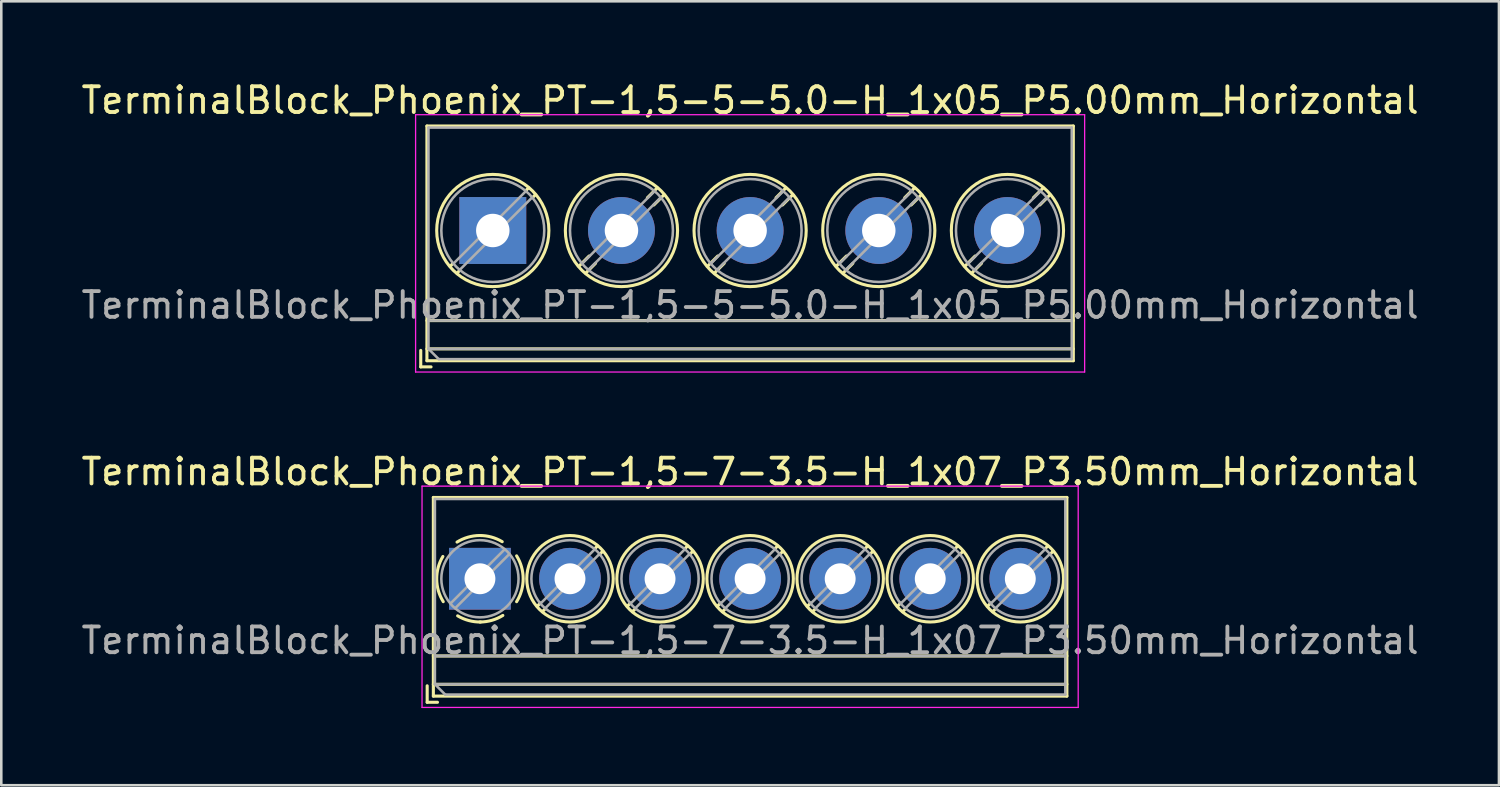
<source format=kicad_pcb>
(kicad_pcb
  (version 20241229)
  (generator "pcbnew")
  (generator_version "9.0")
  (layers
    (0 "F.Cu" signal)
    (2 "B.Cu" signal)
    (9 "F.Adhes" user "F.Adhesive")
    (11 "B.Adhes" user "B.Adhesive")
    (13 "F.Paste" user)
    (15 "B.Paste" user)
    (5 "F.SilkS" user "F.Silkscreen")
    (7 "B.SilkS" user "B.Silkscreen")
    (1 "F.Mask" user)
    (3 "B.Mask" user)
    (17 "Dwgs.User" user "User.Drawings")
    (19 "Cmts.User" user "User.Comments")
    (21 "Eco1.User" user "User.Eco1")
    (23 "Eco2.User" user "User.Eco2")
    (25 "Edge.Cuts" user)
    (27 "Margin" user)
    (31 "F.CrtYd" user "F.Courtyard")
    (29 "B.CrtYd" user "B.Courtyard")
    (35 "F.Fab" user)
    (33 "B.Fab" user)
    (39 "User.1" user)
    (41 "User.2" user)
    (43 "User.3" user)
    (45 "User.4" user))
  (footprint "TerminalBlock_Phoenix_PT-1,5-7-3.5-H_1x07_P3.50mm_Horizontal"
    (layer "F.Cu")
    (at 15.601 19.442)
    (property "Reference" "TerminalBlock_Phoenix_PT-1,5-7-3.5-H_1x07_P3.50mm_Horizontal" (at 10.5 -4.16 0) (layer "F.SilkS") (effects (font (size 1 1) (thickness 0.15))))
    (attr through_hole)
    (fp_line (start -2.05 4.16) (end -2.05 4.8) (stroke (width 0.12) (type solid)) (layer "F.SilkS"))
    (fp_line (start -2.05 4.8) (end -1.65 4.8) (stroke (width 0.12) (type solid)) (layer "F.SilkS"))
    (fp_line (start -1.81 -3.16) (end -1.81 4.56) (stroke (width 0.12) (type solid)) (layer "F.SilkS"))
    (fp_line (start -1.81 -3.16) (end 22.81 -3.16) (stroke (width 0.12) (type solid)) (layer "F.SilkS"))
    (fp_line (start -1.81 3) (end 22.81 3) (stroke (width 0.12) (type solid)) (layer "F.SilkS"))
    (fp_line (start -1.81 4.1) (end 22.81 4.1) (stroke (width 0.12) (type solid)) (layer "F.SilkS"))
    (fp_line (start -1.81 4.56) (end 22.81 4.56) (stroke (width 0.12) (type solid)) (layer "F.SilkS"))
    (fp_line (start 2.355 0.941) (end 2.226 1.069) (stroke (width 0.12) (type solid)) (layer "F.SilkS"))
    (fp_line (start 2.525 1.181) (end 2.431 1.274) (stroke (width 0.12) (type solid)) (layer "F.SilkS"))
    (fp_line (start 4.57 -1.275) (end 4.476 -1.181) (stroke (width 0.12) (type solid)) (layer "F.SilkS"))
    (fp_line (start 4.775 -1.069) (end 4.646 -0.941) (stroke (width 0.12) (type solid)) (layer "F.SilkS"))
    (fp_line (start 5.855 0.941) (end 5.726 1.069) (stroke (width 0.12) (type solid)) (layer "F.SilkS"))
    (fp_line (start 6.025 1.181) (end 5.931 1.274) (stroke (width 0.12) (type solid)) (layer "F.SilkS"))
    (fp_line (start 8.07 -1.275) (end 7.976 -1.181) (stroke (width 0.12) (type solid)) (layer "F.SilkS"))
    (fp_line (start 8.275 -1.069) (end 8.146 -0.941) (stroke (width 0.12) (type solid)) (layer "F.SilkS"))
    (fp_line (start 9.355 0.941) (end 9.226 1.069) (stroke (width 0.12) (type solid)) (layer "F.SilkS"))
    (fp_line (start 9.525 1.181) (end 9.431 1.274) (stroke (width 0.12) (type solid)) (layer "F.SilkS"))
    (fp_line (start 11.57 -1.275) (end 11.476 -1.181) (stroke (width 0.12) (type solid)) (layer "F.SilkS"))
    (fp_line (start 11.775 -1.069) (end 11.646 -0.941) (stroke (width 0.12) (type solid)) (layer "F.SilkS"))
    (fp_line (start 12.855 0.941) (end 12.726 1.069) (stroke (width 0.12) (type solid)) (layer "F.SilkS"))
    (fp_line (start 13.025 1.181) (end 12.931 1.274) (stroke (width 0.12) (type solid)) (layer "F.SilkS"))
    (fp_line (start 15.07 -1.275) (end 14.976 -1.181) (stroke (width 0.12) (type solid)) (layer "F.SilkS"))
    (fp_line (start 15.275 -1.069) (end 15.146 -0.941) (stroke (width 0.12) (type solid)) (layer "F.SilkS"))
    (fp_line (start 16.355 0.941) (end 16.226 1.069) (stroke (width 0.12) (type solid)) (layer "F.SilkS"))
    (fp_line (start 16.525 1.181) (end 16.431 1.274) (stroke (width 0.12) (type solid)) (layer "F.SilkS"))
    (fp_line (start 18.57 -1.275) (end 18.476 -1.181) (stroke (width 0.12) (type solid)) (layer "F.SilkS"))
    (fp_line (start 18.775 -1.069) (end 18.646 -0.941) (stroke (width 0.12) (type solid)) (layer "F.SilkS"))
    (fp_line (start 19.855 0.941) (end 19.726 1.069) (stroke (width 0.12) (type solid)) (layer "F.SilkS"))
    (fp_line (start 20.025 1.181) (end 19.931 1.274) (stroke (width 0.12) (type solid)) (layer "F.SilkS"))
    (fp_line (start 22.07 -1.275) (end 21.976 -1.181) (stroke (width 0.12) (type solid)) (layer "F.SilkS"))
    (fp_line (start 22.275 -1.069) (end 22.146 -0.941) (stroke (width 0.12) (type solid)) (layer "F.SilkS"))
    (fp_line (start 22.81 -3.16) (end 22.81 4.56) (stroke (width 0.12) (type solid)) (layer "F.SilkS"))
    (fp_arc (start -1.425358 0.889894) (mid -1.680286 0.014012) (end -1.44 -0.866) (stroke (width 0.12) (type solid)) (layer "F.SilkS"))
    (fp_arc (start -0.889894 -1.425358) (mid -0.014012 -1.680286) (end 0.866 -1.44) (stroke (width 0.12) (type solid)) (layer "F.SilkS"))
    (fp_arc (start 0.028674 1.680099) (mid -0.435535 1.622918) (end -0.866 1.44) (stroke (width 0.12) (type solid)) (layer "F.SilkS"))
    (fp_arc (start 0.890264 1.424721) (mid 0.463071 1.61492) (end 0 1.68) (stroke (width 0.12) (type solid)) (layer "F.SilkS"))
    (fp_arc (start 1.425504 -0.890193) (mid 1.680626 0.000476) (end 1.425 0.891) (stroke (width 0.12) (type solid)) (layer "F.SilkS"))
    (fp_circle (center 3.5 0) (end 5.18 0) (stroke (width 0.12) (type solid)) (fill no) (layer "F.SilkS"))
    (fp_circle (center 7 0) (end 8.68 0) (stroke (width 0.12) (type solid)) (fill no) (layer "F.SilkS"))
    (fp_circle (center 10.5 0) (end 12.18 0) (stroke (width 0.12) (type solid)) (fill no) (layer "F.SilkS"))
    (fp_circle (center 14 0) (end 15.68 0) (stroke (width 0.12) (type solid)) (fill no) (layer "F.SilkS"))
    (fp_circle (center 17.5 0) (end 19.18 0) (stroke (width 0.12) (type solid)) (fill no) (layer "F.SilkS"))
    (fp_circle (center 21 0) (end 22.68 0) (stroke (width 0.12) (type solid)) (fill no) (layer "F.SilkS"))
    (fp_line (start -2.25 -3.6) (end -2.25 5) (stroke (width 0.05) (type solid)) (layer "F.CrtYd"))
    (fp_line (start -2.25 5) (end 23.25 5) (stroke (width 0.05) (type solid)) (layer "F.CrtYd"))
    (fp_line (start 23.25 -3.6) (end -2.25 -3.6) (stroke (width 0.05) (type solid)) (layer "F.CrtYd"))
    (fp_line (start 23.25 5) (end 23.25 -3.6) (stroke (width 0.05) (type solid)) (layer "F.CrtYd"))
    (fp_line (start -1.75 -3.1) (end 22.75 -3.1) (stroke (width 0.1) (type solid)) (layer "F.Fab"))
    (fp_line (start -1.75 3) (end 22.75 3) (stroke (width 0.1) (type solid)) (layer "F.Fab"))
    (fp_line (start -1.75 4.1) (end -1.75 -3.1) (stroke (width 0.1) (type solid)) (layer "F.Fab"))
    (fp_line (start -1.75 4.1) (end 22.75 4.1) (stroke (width 0.1) (type solid)) (layer "F.Fab"))
    (fp_line (start -1.35 4.5) (end -1.75 4.1) (stroke (width 0.1) (type solid)) (layer "F.Fab"))
    (fp_line (start 0.955 -1.138) (end -1.138 0.955) (stroke (width 0.1) (type solid)) (layer "F.Fab"))
    (fp_line (start 1.138 -0.955) (end -0.955 1.138) (stroke (width 0.1) (type solid)) (layer "F.Fab"))
    (fp_line (start 4.455 -1.138) (end 2.363 0.955) (stroke (width 0.1) (type solid)) (layer "F.Fab"))
    (fp_line (start 4.638 -0.955) (end 2.546 1.138) (stroke (width 0.1) (type solid)) (layer "F.Fab"))
    (fp_line (start 7.955 -1.138) (end 5.863 0.955) (stroke (width 0.1) (type solid)) (layer "F.Fab"))
    (fp_line (start 8.138 -0.955) (end 6.046 1.138) (stroke (width 0.1) (type solid)) (layer "F.Fab"))
    (fp_line (start 11.455 -1.138) (end 9.363 0.955) (stroke (width 0.1) (type solid)) (layer "F.Fab"))
    (fp_line (start 11.638 -0.955) (end 9.546 1.138) (stroke (width 0.1) (type solid)) (layer "F.Fab"))
    (fp_line (start 14.955 -1.138) (end 12.863 0.955) (stroke (width 0.1) (type solid)) (layer "F.Fab"))
    (fp_line (start 15.138 -0.955) (end 13.046 1.138) (stroke (width 0.1) (type solid)) (layer "F.Fab"))
    (fp_line (start 18.455 -1.138) (end 16.363 0.955) (stroke (width 0.1) (type solid)) (layer "F.Fab"))
    (fp_line (start 18.638 -0.955) (end 16.546 1.138) (stroke (width 0.1) (type solid)) (layer "F.Fab"))
    (fp_line (start 21.955 -1.138) (end 19.863 0.955) (stroke (width 0.1) (type solid)) (layer "F.Fab"))
    (fp_line (start 22.138 -0.955) (end 20.046 1.138) (stroke (width 0.1) (type solid)) (layer "F.Fab"))
    (fp_line (start 22.75 -3.1) (end 22.75 4.5) (stroke (width 0.1) (type solid)) (layer "F.Fab"))
    (fp_line (start 22.75 4.5) (end -1.35 4.5) (stroke (width 0.1) (type solid)) (layer "F.Fab"))
    (fp_circle (center 0 0) (end 1.5 0) (stroke (width 0.1) (type solid)) (fill no) (layer "F.Fab"))
    (fp_circle (center 3.5 0) (end 5 0) (stroke (width 0.1) (type solid)) (fill no) (layer "F.Fab"))
    (fp_circle (center 7 0) (end 8.5 0) (stroke (width 0.1) (type solid)) (fill no) (layer "F.Fab"))
    (fp_circle (center 10.5 0) (end 12 0) (stroke (width 0.1) (type solid)) (fill no) (layer "F.Fab"))
    (fp_circle (center 14 0) (end 15.5 0) (stroke (width 0.1) (type solid)) (fill no) (layer "F.Fab"))
    (fp_circle (center 17.5 0) (end 19 0) (stroke (width 0.1) (type solid)) (fill no) (layer "F.Fab"))
    (fp_circle (center 21 0) (end 22.5 0) (stroke (width 0.1) (type solid)) (fill no) (layer "F.Fab"))
    (fp_text user "${REFERENCE}" (at 10.5 2.4 0) (layer "F.Fab") (effects (font (size 1 1) (thickness 0.15))))
    (pad "1" thru_hole rect (at 0 0) (size 2.4 2.4) (drill 1.2) (layers "*.Cu" "*.Mask"))
    (pad "2" thru_hole circle (at 3.5 0) (size 2.4 2.4) (drill 1.2) (layers "*.Cu" "*.Mask"))
    (pad "3" thru_hole circle (at 7 0) (size 2.4 2.4) (drill 1.2) (layers "*.Cu" "*.Mask"))
    (pad "4" thru_hole circle (at 10.5 0) (size 2.4 2.4) (drill 1.2) (layers "*.Cu" "*.Mask"))
    (pad "5" thru_hole circle (at 14 0) (size 2.4 2.4) (drill 1.2) (layers "*.Cu" "*.Mask"))
    (pad "6" thru_hole circle (at 17.5 0) (size 2.4 2.4) (drill 1.2) (layers "*.Cu" "*.Mask"))
    (pad "7" thru_hole circle (at 21 0) (size 2.4 2.4) (drill 1.2) (layers "*.Cu" "*.Mask")))
  (footprint "TerminalBlock_Phoenix_PT-1,5-5-5.0-H_1x05_P5.00mm_Horizontal"
    (layer "F.Cu")
    (at 16.101 5.908)
    (property "Reference" "TerminalBlock_Phoenix_PT-1,5-5-5.0-H_1x05_P5.00mm_Horizontal" (at 10 -5.06 0) (layer "F.SilkS") (effects (font (size 1 1) (thickness 0.15))))
    (attr through_hole)
    (fp_line (start -2.8 4.66) (end -2.8 5.3) (stroke (width 0.12) (type solid)) (layer "F.SilkS"))
    (fp_line (start -2.8 5.3) (end -2.4 5.3) (stroke (width 0.12) (type solid)) (layer "F.SilkS"))
    (fp_line (start -2.56 -4.06) (end -2.56 5.06) (stroke (width 0.12) (type solid)) (layer "F.SilkS"))
    (fp_line (start -2.56 -4.06) (end 22.56 -4.06) (stroke (width 0.12) (type solid)) (layer "F.SilkS"))
    (fp_line (start -2.56 3.5) (end 22.56 3.5) (stroke (width 0.12) (type solid)) (layer "F.SilkS"))
    (fp_line (start -2.56 4.6) (end 22.56 4.6) (stroke (width 0.12) (type solid)) (layer "F.SilkS"))
    (fp_line (start -2.56 5.06) (end 22.56 5.06) (stroke (width 0.12) (type solid)) (layer "F.SilkS"))
    (fp_line (start -1.548 1.281) (end -1.654 1.388) (stroke (width 0.12) (type solid)) (layer "F.SilkS"))
    (fp_line (start -1.282 1.547) (end -1.388 1.654) (stroke (width 0.12) (type solid)) (layer "F.SilkS"))
    (fp_line (start 1.388 -1.654) (end 1.281 -1.547) (stroke (width 0.12) (type solid)) (layer "F.SilkS"))
    (fp_line (start 1.654 -1.388) (end 1.547 -1.281) (stroke (width 0.12) (type solid)) (layer "F.SilkS"))
    (fp_line (start 3.742 0.992) (end 3.347 1.388) (stroke (width 0.12) (type solid)) (layer "F.SilkS"))
    (fp_line (start 3.993 1.274) (end 3.613 1.654) (stroke (width 0.12) (type solid)) (layer "F.SilkS"))
    (fp_line (start 6.388 -1.654) (end 6.008 -1.274) (stroke (width 0.12) (type solid)) (layer "F.SilkS"))
    (fp_line (start 6.654 -1.388) (end 6.259 -0.992) (stroke (width 0.12) (type solid)) (layer "F.SilkS"))
    (fp_line (start 8.742 0.992) (end 8.347 1.388) (stroke (width 0.12) (type solid)) (layer "F.SilkS"))
    (fp_line (start 8.993 1.274) (end 8.613 1.654) (stroke (width 0.12) (type solid)) (layer "F.SilkS"))
    (fp_line (start 11.388 -1.654) (end 11.008 -1.274) (stroke (width 0.12) (type solid)) (layer "F.SilkS"))
    (fp_line (start 11.654 -1.388) (end 11.259 -0.992) (stroke (width 0.12) (type solid)) (layer "F.SilkS"))
    (fp_line (start 13.742 0.992) (end 13.347 1.388) (stroke (width 0.12) (type solid)) (layer "F.SilkS"))
    (fp_line (start 13.993 1.274) (end 13.613 1.654) (stroke (width 0.12) (type solid)) (layer "F.SilkS"))
    (fp_line (start 16.388 -1.654) (end 16.008 -1.274) (stroke (width 0.12) (type solid)) (layer "F.SilkS"))
    (fp_line (start 16.654 -1.388) (end 16.259 -0.992) (stroke (width 0.12) (type solid)) (layer "F.SilkS"))
    (fp_line (start 18.742 0.992) (end 18.347 1.388) (stroke (width 0.12) (type solid)) (layer "F.SilkS"))
    (fp_line (start 18.993 1.274) (end 18.613 1.654) (stroke (width 0.12) (type solid)) (layer "F.SilkS"))
    (fp_line (start 21.388 -1.654) (end 21.008 -1.274) (stroke (width 0.12) (type solid)) (layer "F.SilkS"))
    (fp_line (start 21.654 -1.388) (end 21.259 -0.992) (stroke (width 0.12) (type solid)) (layer "F.SilkS"))
    (fp_line (start 22.56 -4.06) (end 22.56 5.06) (stroke (width 0.12) (type solid)) (layer "F.SilkS"))
    (fp_circle (center 0 0) (end 2.18 0) (stroke (width 0.12) (type solid)) (fill no) (layer "F.SilkS"))
    (fp_circle (center 5 0) (end 7.18 0) (stroke (width 0.12) (type solid)) (fill no) (layer "F.SilkS"))
    (fp_circle (center 10 0) (end 12.18 0) (stroke (width 0.12) (type solid)) (fill no) (layer "F.SilkS"))
    (fp_circle (center 15 0) (end 17.18 0) (stroke (width 0.12) (type solid)) (fill no) (layer "F.SilkS"))
    (fp_circle (center 20 0) (end 22.18 0) (stroke (width 0.12) (type solid)) (fill no) (layer "F.SilkS"))
    (fp_line (start -3 -4.5) (end -3 5.5) (stroke (width 0.05) (type solid)) (layer "F.CrtYd"))
    (fp_line (start -3 5.5) (end 23 5.5) (stroke (width 0.05) (type solid)) (layer "F.CrtYd"))
    (fp_line (start 23 -4.5) (end -3 -4.5) (stroke (width 0.05) (type solid)) (layer "F.CrtYd"))
    (fp_line (start 23 5.5) (end 23 -4.5) (stroke (width 0.05) (type solid)) (layer "F.CrtYd"))
    (fp_line (start -2.5 -4) (end 22.5 -4) (stroke (width 0.1) (type solid)) (layer "F.Fab"))
    (fp_line (start -2.5 3.5) (end 22.5 3.5) (stroke (width 0.1) (type solid)) (layer "F.Fab"))
    (fp_line (start -2.5 4.6) (end -2.5 -4) (stroke (width 0.1) (type solid)) (layer "F.Fab"))
    (fp_line (start -2.5 4.6) (end 22.5 4.6) (stroke (width 0.1) (type solid)) (layer "F.Fab"))
    (fp_line (start -2.1 5) (end -2.5 4.6) (stroke (width 0.1) (type solid)) (layer "F.Fab"))
    (fp_line (start 1.273 -1.517) (end -1.517 1.273) (stroke (width 0.1) (type solid)) (layer "F.Fab"))
    (fp_line (start 1.517 -1.273) (end -1.273 1.517) (stroke (width 0.1) (type solid)) (layer "F.Fab"))
    (fp_line (start 6.273 -1.517) (end 3.484 1.273) (stroke (width 0.1) (type solid)) (layer "F.Fab"))
    (fp_line (start 6.517 -1.273) (end 3.728 1.517) (stroke (width 0.1) (type solid)) (layer "F.Fab"))
    (fp_line (start 11.273 -1.517) (end 8.484 1.273) (stroke (width 0.1) (type solid)) (layer "F.Fab"))
    (fp_line (start 11.517 -1.273) (end 8.728 1.517) (stroke (width 0.1) (type solid)) (layer "F.Fab"))
    (fp_line (start 16.273 -1.517) (end 13.484 1.273) (stroke (width 0.1) (type solid)) (layer "F.Fab"))
    (fp_line (start 16.517 -1.273) (end 13.728 1.517) (stroke (width 0.1) (type solid)) (layer "F.Fab"))
    (fp_line (start 21.273 -1.517) (end 18.484 1.273) (stroke (width 0.1) (type solid)) (layer "F.Fab"))
    (fp_line (start 21.517 -1.273) (end 18.728 1.517) (stroke (width 0.1) (type solid)) (layer "F.Fab"))
    (fp_line (start 22.5 -4) (end 22.5 5) (stroke (width 0.1) (type solid)) (layer "F.Fab"))
    (fp_line (start 22.5 5) (end -2.1 5) (stroke (width 0.1) (type solid)) (layer "F.Fab"))
    (fp_circle (center 0 0) (end 2 0) (stroke (width 0.1) (type solid)) (fill no) (layer "F.Fab"))
    (fp_circle (center 5 0) (end 7 0) (stroke (width 0.1) (type solid)) (fill no) (layer "F.Fab"))
    (fp_circle (center 10 0) (end 12 0) (stroke (width 0.1) (type solid)) (fill no) (layer "F.Fab"))
    (fp_circle (center 15 0) (end 17 0) (stroke (width 0.1) (type solid)) (fill no) (layer "F.Fab"))
    (fp_circle (center 20 0) (end 22 0) (stroke (width 0.1) (type solid)) (fill no) (layer "F.Fab"))
    (fp_text user "${REFERENCE}" (at 10 2.9 0) (layer "F.Fab") (effects (font (size 1 1) (thickness 0.15))))
    (pad "1" thru_hole rect (at 0 0) (size 2.6 2.6) (drill 1.3) (layers "*.Cu" "*.Mask"))
    (pad "2" thru_hole circle (at 5 0) (size 2.6 2.6) (drill 1.3) (layers "*.Cu" "*.Mask"))
    (pad "3" thru_hole circle (at 10 0) (size 2.6 2.6) (drill 1.3) (layers "*.Cu" "*.Mask"))
    (pad "4" thru_hole circle (at 15 0) (size 2.6 2.6) (drill 1.3) (layers "*.Cu" "*.Mask"))
    (pad "5" thru_hole circle (at 20 0) (size 2.6 2.6) (drill 1.3) (layers "*.Cu" "*.Mask")))
  (gr_rect
    (start -3 -3)
    (end 55.202 27.466)
    (stroke (width 0.1) (type default))
    (fill no)
    (layer "Edge.Cuts")))
</source>
